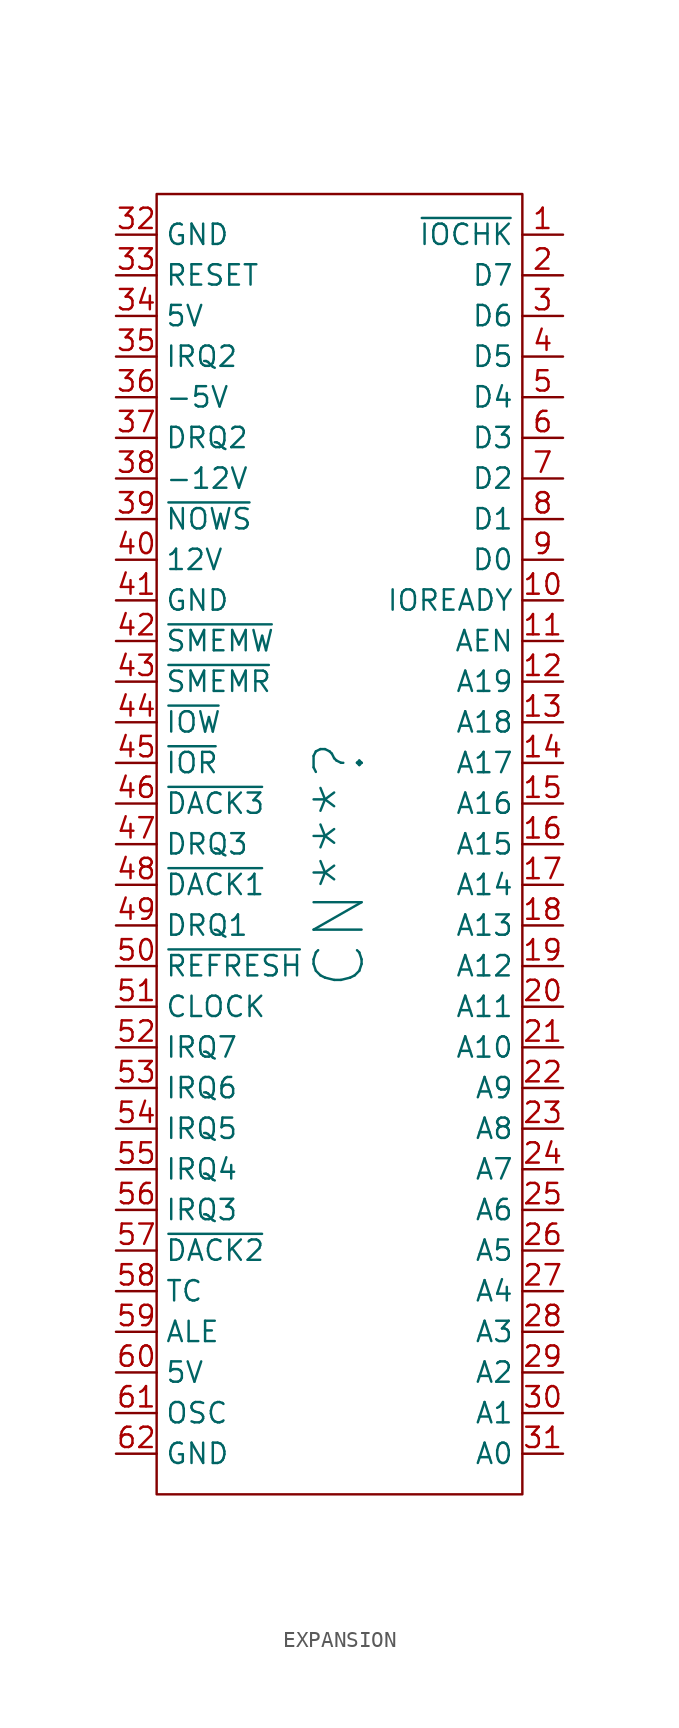
<source format=kicad_sym>
(kicad_symbol_lib
  (version 20220914)
  (generator kicad_symbol_editor)
  (symbol "EXPANSION"
    (property "Reference" "CN***"
      (at 0 -1.27 90)
      (effects (font (size 3 3))))
    (property "Value" ""
      (at 13.97 38.1 0)
      (effects (font (size 1.27 1.27))))
    (symbol "EXPANSION_0_0"
      (pin input line (at 13.97 38.1 180) (length 2.54) (name "~{IOCHK}" (effects (font (size 1.27 1.27)))) (number "1" (effects (font (size 1.27 1.27)))))
      (pin input line (at 13.97 15.24 180) (length 2.54) (name "IOREADY" (effects (font (size 1.27 1.27)))) (number "10" (effects (font (size 1.27 1.27)))))
      (pin output line (at 13.97 12.7 180) (length 2.54) (name "AEN" (effects (font (size 1.27 1.27)))) (number "11" (effects (font (size 1.27 1.27)))))
      (pin output line (at 13.97 10.16 180) (length 2.54) (name "A19" (effects (font (size 1.27 1.27)))) (number "12" (effects (font (size 1.27 1.27)))))
      (pin output line (at 13.97 7.62 180) (length 2.54) (name "A18" (effects (font (size 1.27 1.27)))) (number "13" (effects (font (size 1.27 1.27)))))
      (pin output line (at 13.97 5.08 180) (length 2.54) (name "A17" (effects (font (size 1.27 1.27)))) (number "14" (effects (font (size 1.27 1.27)))))
      (pin output line (at 13.97 2.54 180) (length 2.54) (name "A16" (effects (font (size 1.27 1.27)))) (number "15" (effects (font (size 1.27 1.27)))))
      (pin output line (at 13.97 0 180) (length 2.54) (name "A15" (effects (font (size 1.27 1.27)))) (number "16" (effects (font (size 1.27 1.27)))))
      (pin output line (at 13.97 -2.54 180) (length 2.54) (name "A14" (effects (font (size 1.27 1.27)))) (number "17" (effects (font (size 1.27 1.27)))))
      (pin output line (at 13.97 -5.08 180) (length 2.54) (name "A13" (effects (font (size 1.27 1.27)))) (number "18" (effects (font (size 1.27 1.27)))))
      (pin output line (at 13.97 -7.62 180) (length 2.54) (name "A12" (effects (font (size 1.27 1.27)))) (number "19" (effects (font (size 1.27 1.27)))))
      (pin bidirectional line (at 13.97 35.56 180) (length 2.54) (name "D7" (effects (font (size 1.27 1.27)))) (number "2" (effects (font (size 1.27 1.27)))))
      (pin output line (at 13.97 -10.16 180) (length 2.54) (name "A11" (effects (font (size 1.27 1.27)))) (number "20" (effects (font (size 1.27 1.27)))))
      (pin output line (at 13.97 -12.7 180) (length 2.54) (name "A10" (effects (font (size 1.27 1.27)))) (number "21" (effects (font (size 1.27 1.27)))))
      (pin output line (at 13.97 -15.24 180) (length 2.54) (name "A9" (effects (font (size 1.27 1.27)))) (number "22" (effects (font (size 1.27 1.27)))))
      (pin output line (at 13.97 -17.78 180) (length 2.54) (name "A8" (effects (font (size 1.27 1.27)))) (number "23" (effects (font (size 1.27 1.27)))))
      (pin output line (at 13.97 -20.32 180) (length 2.54) (name "A7" (effects (font (size 1.27 1.27)))) (number "24" (effects (font (size 1.27 1.27)))))
      (pin output line (at 13.97 -22.86 180) (length 2.54) (name "A6" (effects (font (size 1.27 1.27)))) (number "25" (effects (font (size 1.27 1.27)))))
      (pin output line (at 13.97 -25.4 180) (length 2.54) (name "A5" (effects (font (size 1.27 1.27)))) (number "26" (effects (font (size 1.27 1.27)))))
      (pin output line (at 13.97 -27.94 180) (length 2.54) (name "A4" (effects (font (size 1.27 1.27)))) (number "27" (effects (font (size 1.27 1.27)))))
      (pin output line (at 13.97 -30.48 180) (length 2.54) (name "A3" (effects (font (size 1.27 1.27)))) (number "28" (effects (font (size 1.27 1.27)))))
      (pin output line (at 13.97 -33.02 180) (length 2.54) (name "A2" (effects (font (size 1.27 1.27)))) (number "29" (effects (font (size 1.27 1.27)))))
      (pin bidirectional line (at 13.97 33.02 180) (length 2.54) (name "D6" (effects (font (size 1.27 1.27)))) (number "3" (effects (font (size 1.27 1.27)))))
      (pin output line (at 13.97 -35.56 180) (length 2.54) (name "A1" (effects (font (size 1.27 1.27)))) (number "30" (effects (font (size 1.27 1.27)))))
      (pin output line (at 13.97 -38.1 180) (length 2.54) (name "A0" (effects (font (size 1.27 1.27)))) (number "31" (effects (font (size 1.27 1.27)))))
      (pin power_out line (at -13.97 38.1 0) (length 2.54) (name "GND" (effects (font (size 1.27 1.27)))) (number "32" (effects (font (size 1.27 1.27)))))
      (pin output line (at -13.97 35.56 0) (length 2.54) (name "RESET" (effects (font (size 1.27 1.27)))) (number "33" (effects (font (size 1.27 1.27)))))
      (pin power_out line (at -13.97 33.02 0) (length 2.54) (name "5V" (effects (font (size 1.27 1.27)))) (number "34" (effects (font (size 1.27 1.27)))))
      (pin input line (at -13.97 30.48 0) (length 2.54) (name "IRQ2" (effects (font (size 1.27 1.27)))) (number "35" (effects (font (size 1.27 1.27)))))
      (pin power_out line (at -13.97 27.94 0) (length 2.54) (name "-5V" (effects (font (size 1.27 1.27)))) (number "36" (effects (font (size 1.27 1.27)))))
      (pin input line (at -13.97 25.4 0) (length 2.54) (name "DRQ2" (effects (font (size 1.27 1.27)))) (number "37" (effects (font (size 1.27 1.27)))))
      (pin power_out line (at -13.97 22.86 0) (length 2.54) (name "-12V" (effects (font (size 1.27 1.27)))) (number "38" (effects (font (size 1.27 1.27)))))
      (pin input line (at -13.97 20.32 0) (length 2.54) (name "~{NOWS}" (effects (font (size 1.27 1.27)))) (number "39" (effects (font (size 1.27 1.27)))))
      (pin bidirectional line (at 13.97 30.48 180) (length 2.54) (name "D5" (effects (font (size 1.27 1.27)))) (number "4" (effects (font (size 1.27 1.27)))))
      (pin power_out line (at -13.97 17.78 0) (length 2.54) (name "12V" (effects (font (size 1.27 1.27)))) (number "40" (effects (font (size 1.27 1.27)))))
      (pin power_out line (at -13.97 15.24 0) (length 2.54) (name "GND" (effects (font (size 1.27 1.27)))) (number "41" (effects (font (size 1.27 1.27)))))
      (pin output line (at -13.97 12.7 0) (length 2.54) (name "~{SMEMW}" (effects (font (size 1.27 1.27)))) (number "42" (effects (font (size 1.27 1.27)))))
      (pin output line (at -13.97 10.16 0) (length 2.54) (name "~{SMEMR}" (effects (font (size 1.27 1.27)))) (number "43" (effects (font (size 1.27 1.27)))))
      (pin output line (at -13.97 7.62 0) (length 2.54) (name "~{IOW}" (effects (font (size 1.27 1.27)))) (number "44" (effects (font (size 1.27 1.27)))))
      (pin output line (at -13.97 5.08 0) (length 2.54) (name "~{IOR}" (effects (font (size 1.27 1.27)))) (number "45" (effects (font (size 1.27 1.27)))))
      (pin output line (at -13.97 2.54 0) (length 2.54) (name "~{DACK3}" (effects (font (size 1.27 1.27)))) (number "46" (effects (font (size 1.27 1.27)))))
      (pin input line (at -13.97 0 0) (length 2.54) (name "DRQ3" (effects (font (size 1.27 1.27)))) (number "47" (effects (font (size 1.27 1.27)))))
      (pin output line (at -13.97 -2.54 0) (length 2.54) (name "~{DACK1}" (effects (font (size 1.27 1.27)))) (number "48" (effects (font (size 1.27 1.27)))))
      (pin input line (at -13.97 -5.08 0) (length 2.54) (name "DRQ1" (effects (font (size 1.27 1.27)))) (number "49" (effects (font (size 1.27 1.27)))))
      (pin bidirectional line (at 13.97 27.94 180) (length 2.54) (name "D4" (effects (font (size 1.27 1.27)))) (number "5" (effects (font (size 1.27 1.27)))))
      (pin bidirectional line (at -13.97 -7.62 0) (length 2.54) (name "~{REFRESH}" (effects (font (size 1.27 1.27)))) (number "50" (effects (font (size 1.27 1.27)))))
      (pin output line (at -13.97 -10.16 0) (length 2.54) (name "CLOCK" (effects (font (size 1.27 1.27)))) (number "51" (effects (font (size 1.27 1.27)))))
      (pin input line (at -13.97 -12.7 0) (length 2.54) (name "IRQ7" (effects (font (size 1.27 1.27)))) (number "52" (effects (font (size 1.27 1.27)))))
      (pin input line (at -13.97 -15.24 0) (length 2.54) (name "IRQ6" (effects (font (size 1.27 1.27)))) (number "53" (effects (font (size 1.27 1.27)))))
      (pin input line (at -13.97 -17.78 0) (length 2.54) (name "IRQ5" (effects (font (size 1.27 1.27)))) (number "54" (effects (font (size 1.27 1.27)))))
      (pin input line (at -13.97 -20.32 0) (length 2.54) (name "IRQ4" (effects (font (size 1.27 1.27)))) (number "55" (effects (font (size 1.27 1.27)))))
      (pin input line (at -13.97 -22.86 0) (length 2.54) (name "IRQ3" (effects (font (size 1.27 1.27)))) (number "56" (effects (font (size 1.27 1.27)))))
      (pin output line (at -13.97 -25.4 0) (length 2.54) (name "~{DACK2}" (effects (font (size 1.27 1.27)))) (number "57" (effects (font (size 1.27 1.27)))))
      (pin output line (at -13.97 -27.94 0) (length 2.54) (name "TC" (effects (font (size 1.27 1.27)))) (number "58" (effects (font (size 1.27 1.27)))))
      (pin output line (at -13.97 -30.48 0) (length 2.54) (name "ALE" (effects (font (size 1.27 1.27)))) (number "59" (effects (font (size 1.27 1.27)))))
      (pin bidirectional line (at 13.97 25.4 180) (length 2.54) (name "D3" (effects (font (size 1.27 1.27)))) (number "6" (effects (font (size 1.27 1.27)))))
      (pin power_out line (at -13.97 -33.02 0) (length 2.54) (name "5V" (effects (font (size 1.27 1.27)))) (number "60" (effects (font (size 1.27 1.27)))))
      (pin output line (at -13.97 -35.56 0) (length 2.54) (name "OSC" (effects (font (size 1.27 1.27)))) (number "61" (effects (font (size 1.27 1.27)))))
      (pin power_out line (at -13.97 -38.1 0) (length 2.54) (name "GND" (effects (font (size 1.27 1.27)))) (number "62" (effects (font (size 1.27 1.27)))))
      (pin bidirectional line (at 13.97 22.86 180) (length 2.54) (name "D2" (effects (font (size 1.27 1.27)))) (number "7" (effects (font (size 1.27 1.27)))))
      (pin bidirectional line (at 13.97 20.32 180) (length 2.54) (name "D1" (effects (font (size 1.27 1.27)))) (number "8" (effects (font (size 1.27 1.27)))))
      (pin bidirectional line (at 13.97 17.78 180) (length 2.54) (name "D0" (effects (font (size 1.27 1.27)))) (number "9" (effects (font (size 1.27 1.27))))))
    (symbol "EXPANSION_0_1"
      (rectangle (start -11.43 40.64) (end 11.43 -40.64) (stroke (width 0) (type default)) (fill (type none))))))
</source>
